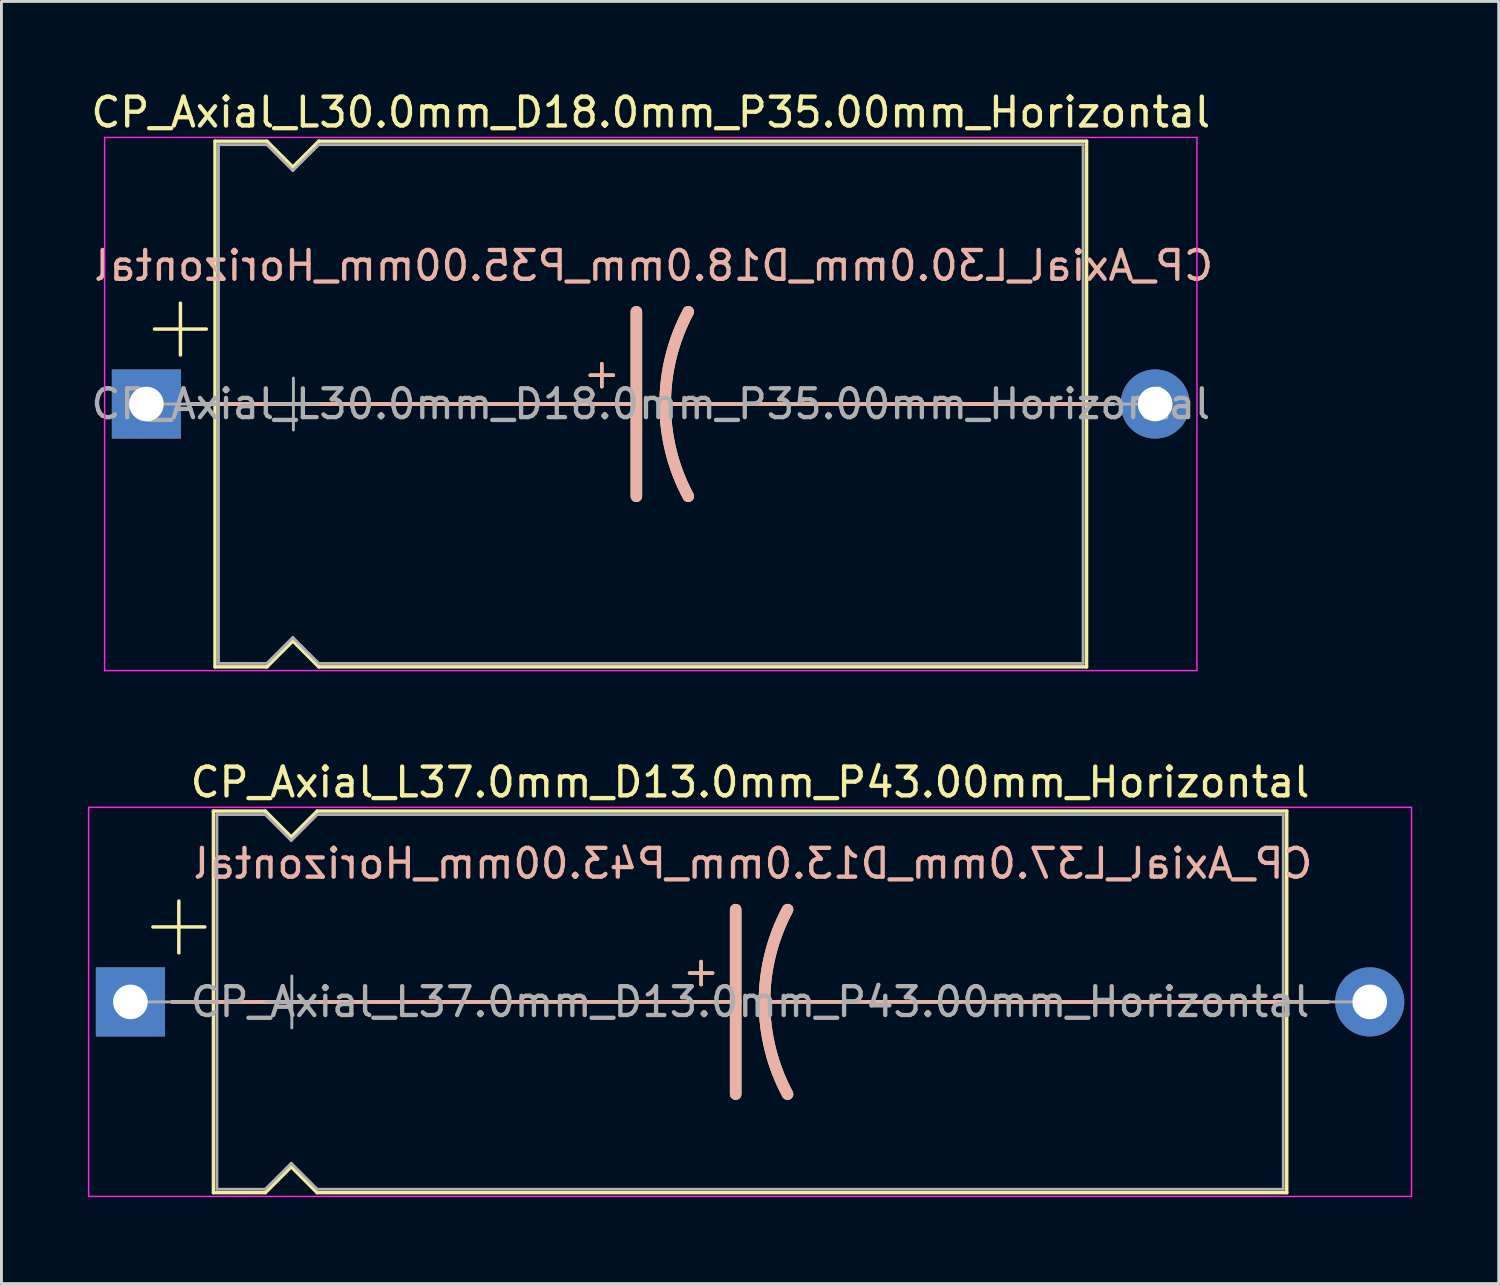
<source format=kicad_pcb>
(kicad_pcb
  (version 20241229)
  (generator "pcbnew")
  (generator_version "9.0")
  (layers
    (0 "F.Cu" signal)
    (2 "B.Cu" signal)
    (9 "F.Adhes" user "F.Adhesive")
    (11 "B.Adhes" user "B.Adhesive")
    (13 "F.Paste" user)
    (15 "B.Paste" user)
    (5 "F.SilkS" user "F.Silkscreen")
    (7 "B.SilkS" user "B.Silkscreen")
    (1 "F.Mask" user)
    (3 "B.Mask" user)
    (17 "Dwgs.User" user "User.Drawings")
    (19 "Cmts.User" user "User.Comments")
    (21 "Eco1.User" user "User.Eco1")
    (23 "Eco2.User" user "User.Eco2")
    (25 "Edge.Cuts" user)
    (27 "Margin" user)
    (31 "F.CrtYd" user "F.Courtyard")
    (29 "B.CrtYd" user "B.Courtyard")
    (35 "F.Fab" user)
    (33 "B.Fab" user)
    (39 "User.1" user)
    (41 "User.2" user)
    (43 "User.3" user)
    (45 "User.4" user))
  (footprint "CP_Axial_L37.0mm_D13.0mm_P43.00mm_Horizontal"
    (layer "F.Cu")
    (at 1.475 31.712)
    (property "Reference" "CP_Axial_L37.0mm_D13.0mm_P43.00mm_Horizontal" (at 21.5 -7.62 0) (layer "F.SilkS") (effects (font (size 1 1) (thickness 0.15))))
    (fp_line (start 0.78 -2.6) (end 2.58 -2.6) (stroke (width 0.12) (type solid)) (layer "F.SilkS"))
    (fp_line (start 1.44 0) (end 2.88 0) (stroke (width 0.12) (type solid)) (layer "F.SilkS"))
    (fp_line (start 1.68 -3.5) (end 1.68 -1.7) (stroke (width 0.12) (type solid)) (layer "F.SilkS"))
    (fp_line (start 2.88 -6.62) (end 2.88 6.62) (stroke (width 0.12) (type solid)) (layer "F.SilkS"))
    (fp_line (start 2.88 -6.62) (end 4.68 -6.62) (stroke (width 0.12) (type solid)) (layer "F.SilkS"))
    (fp_line (start 2.88 0) (end 21 0) (stroke (width 0.12) (type solid)) (layer "F.SilkS"))
    (fp_line (start 2.88 6.62) (end 4.68 6.62) (stroke (width 0.12) (type solid)) (layer "F.SilkS"))
    (fp_line (start 4.68 -6.62) (end 5.58 -5.72) (stroke (width 0.12) (type solid)) (layer "F.SilkS"))
    (fp_line (start 4.68 6.62) (end 5.58 5.72) (stroke (width 0.12) (type solid)) (layer "F.SilkS"))
    (fp_line (start 5.58 -5.72) (end 6.48 -6.62) (stroke (width 0.12) (type solid)) (layer "F.SilkS"))
    (fp_line (start 5.58 5.72) (end 6.48 6.62) (stroke (width 0.12) (type solid)) (layer "F.SilkS"))
    (fp_line (start 6.48 -6.62) (end 40.12 -6.62) (stroke (width 0.12) (type solid)) (layer "F.SilkS"))
    (fp_line (start 6.48 6.62) (end 40.12 6.62) (stroke (width 0.12) (type solid)) (layer "F.SilkS"))
    (fp_line (start 19.4 -1) (end 20.2 -1) (stroke (width 0.12) (type solid)) (layer "F.SilkS"))
    (fp_line (start 19.8 -1.4) (end 19.8 -0.6) (stroke (width 0.12) (type solid)) (layer "F.SilkS"))
    (fp_line (start 21 0) (end 21 -3.2) (stroke (width 0.4) (type solid)) (layer "F.SilkS"))
    (fp_line (start 21 0) (end 21 3.2) (stroke (width 0.4) (type solid)) (layer "F.SilkS"))
    (fp_line (start 40.12 -6.62) (end 40.12 6.62) (stroke (width 0.12) (type solid)) (layer "F.SilkS"))
    (fp_line (start 40.12 0) (end 22 0) (stroke (width 0.12) (type solid)) (layer "F.SilkS"))
    (fp_line (start 41.56 0) (end 40.12 0) (stroke (width 0.12) (type solid)) (layer "F.SilkS"))
    (fp_arc (start 22 0) (mid 22.203545 -1.649114) (end 22.8 -3.2) (stroke (width 0.4) (type solid)) (layer "F.SilkS"))
    (fp_arc (start 22.8 3.2) (mid 22.200704 1.649824) (end 22 0) (stroke (width 0.4) (type solid)) (layer "F.SilkS"))
    (fp_line (start 1.45 0) (end 12.38 0) (stroke (width 0.12) (type solid)) (layer "B.SilkS"))
    (fp_line (start 2.88 0) (end 21 0) (stroke (width 0.12) (type solid)) (layer "B.SilkS"))
    (fp_line (start 19.4 -1) (end 20.2 -1) (stroke (width 0.12) (type solid)) (layer "B.SilkS"))
    (fp_line (start 19.8 -0.6) (end 19.8 -1.4) (stroke (width 0.12) (type solid)) (layer "B.SilkS"))
    (fp_line (start 21 0) (end 21 -3.2) (stroke (width 0.4) (type solid)) (layer "B.SilkS"))
    (fp_line (start 21 0) (end 21 3.2) (stroke (width 0.4) (type solid)) (layer "B.SilkS"))
    (fp_line (start 40.12 0) (end 22 0) (stroke (width 0.12) (type solid)) (layer "B.SilkS"))
    (fp_line (start 41.55 0) (end 30.62 0) (stroke (width 0.12) (type solid)) (layer "B.SilkS"))
    (fp_arc (start 22 0) (mid 22.200703 -1.649824) (end 22.8 -3.2) (stroke (width 0.4) (type solid)) (layer "B.SilkS"))
    (fp_arc (start 22.8 3.2) (mid 22.203544 1.649114) (end 22 0) (stroke (width 0.4) (type solid)) (layer "B.SilkS"))
    (fp_line (start -1.45 -6.75) (end -1.45 6.75) (stroke (width 0.05) (type solid)) (layer "F.CrtYd"))
    (fp_line (start -1.45 6.75) (end 44.45 6.75) (stroke (width 0.05) (type solid)) (layer "F.CrtYd"))
    (fp_line (start 44.45 -6.75) (end -1.45 -6.75) (stroke (width 0.05) (type solid)) (layer "F.CrtYd"))
    (fp_line (start 44.45 6.75) (end 44.45 -6.75) (stroke (width 0.05) (type solid)) (layer "F.CrtYd"))
    (fp_line (start 0 0) (end 3 0) (stroke (width 0.1) (type solid)) (layer "F.Fab"))
    (fp_line (start 3 -6.5) (end 3 6.5) (stroke (width 0.1) (type solid)) (layer "F.Fab"))
    (fp_line (start 3 -6.5) (end 4.68 -6.5) (stroke (width 0.1) (type solid)) (layer "F.Fab"))
    (fp_line (start 3 6.5) (end 4.68 6.5) (stroke (width 0.1) (type solid)) (layer "F.Fab"))
    (fp_line (start 4.68 -6.5) (end 5.58 -5.6) (stroke (width 0.1) (type solid)) (layer "F.Fab"))
    (fp_line (start 4.68 6.5) (end 5.58 5.6) (stroke (width 0.1) (type solid)) (layer "F.Fab"))
    (fp_line (start 4.7 0) (end 6.5 0) (stroke (width 0.1) (type solid)) (layer "F.Fab"))
    (fp_line (start 5.58 -5.6) (end 6.48 -6.5) (stroke (width 0.1) (type solid)) (layer "F.Fab"))
    (fp_line (start 5.58 5.6) (end 6.48 6.5) (stroke (width 0.1) (type solid)) (layer "F.Fab"))
    (fp_line (start 5.6 -0.9) (end 5.6 0.9) (stroke (width 0.1) (type solid)) (layer "F.Fab"))
    (fp_line (start 6.48 -6.5) (end 40 -6.5) (stroke (width 0.1) (type solid)) (layer "F.Fab"))
    (fp_line (start 6.48 6.5) (end 40 6.5) (stroke (width 0.1) (type solid)) (layer "F.Fab"))
    (fp_line (start 40 -6.5) (end 40 6.5) (stroke (width 0.1) (type solid)) (layer "F.Fab"))
    (fp_line (start 43 0) (end 40 0) (stroke (width 0.1) (type solid)) (layer "F.Fab"))
    (fp_text user "${REFERENCE}" (at 21.6 -4.8 0) (layer "B.SilkS") (effects (font (size 1 1) (thickness 0.15)) (justify mirror)))
    (fp_text user "${REFERENCE}" (at 21.5 0 0) (layer "F.Fab") (effects (font (size 1 1) (thickness 0.15))))
    (pad "1" thru_hole rect (at 0 0) (size 2.4 2.4) (drill 1.2) (layers "*.Cu" "*.Mask"))
    (pad "2" thru_hole oval (at 43 0) (size 2.4 2.4) (drill 1.2) (layers "*.Cu" "*.Mask")))
  (footprint "CP_Axial_L30.0mm_D18.0mm_P35.00mm_Horizontal"
    (layer "F.Cu")
    (at 2.03 10.968)
    (property "Reference" "CP_Axial_L30.0mm_D18.0mm_P35.00mm_Horizontal" (at 17.5 -10.12 0) (layer "F.SilkS") (effects (font (size 1 1) (thickness 0.15))))
    (fp_line (start 0.28 -2.6) (end 2.08 -2.6) (stroke (width 0.12) (type solid)) (layer "F.SilkS"))
    (fp_line (start 1.18 -3.5) (end 1.18 -1.7) (stroke (width 0.12) (type solid)) (layer "F.SilkS"))
    (fp_line (start 1.44 0) (end 2.38 0) (stroke (width 0.12) (type solid)) (layer "F.SilkS"))
    (fp_line (start 2.38 -9.12) (end 2.38 9.12) (stroke (width 0.12) (type solid)) (layer "F.SilkS"))
    (fp_line (start 2.38 -9.12) (end 4.18 -9.12) (stroke (width 0.12) (type solid)) (layer "F.SilkS"))
    (fp_line (start 2.38 0) (end 17 0) (stroke (width 0.12) (type solid)) (layer "F.SilkS"))
    (fp_line (start 2.38 9.12) (end 4.18 9.12) (stroke (width 0.12) (type solid)) (layer "F.SilkS"))
    (fp_line (start 4.18 -9.12) (end 5.08 -8.22) (stroke (width 0.12) (type solid)) (layer "F.SilkS"))
    (fp_line (start 4.18 9.12) (end 5.08 8.22) (stroke (width 0.12) (type solid)) (layer "F.SilkS"))
    (fp_line (start 5.08 -8.22) (end 5.98 -9.12) (stroke (width 0.12) (type solid)) (layer "F.SilkS"))
    (fp_line (start 5.08 8.22) (end 5.98 9.12) (stroke (width 0.12) (type solid)) (layer "F.SilkS"))
    (fp_line (start 5.98 -9.12) (end 32.62 -9.12) (stroke (width 0.12) (type solid)) (layer "F.SilkS"))
    (fp_line (start 5.98 9.12) (end 32.62 9.12) (stroke (width 0.12) (type solid)) (layer "F.SilkS"))
    (fp_line (start 15.4 -1) (end 16.2 -1) (stroke (width 0.12) (type solid)) (layer "F.SilkS"))
    (fp_line (start 15.8 -1.4) (end 15.8 -0.6) (stroke (width 0.12) (type solid)) (layer "F.SilkS"))
    (fp_line (start 17 0) (end 17 -3.2) (stroke (width 0.4) (type solid)) (layer "F.SilkS"))
    (fp_line (start 17 0) (end 17 3.2) (stroke (width 0.4) (type solid)) (layer "F.SilkS"))
    (fp_line (start 32.62 -9.12) (end 32.62 9.12) (stroke (width 0.12) (type solid)) (layer "F.SilkS"))
    (fp_line (start 32.62 0) (end 18 0) (stroke (width 0.12) (type solid)) (layer "F.SilkS"))
    (fp_line (start 33.56 0) (end 32.62 0) (stroke (width 0.12) (type solid)) (layer "F.SilkS"))
    (fp_arc (start 18 0) (mid 18.203545 -1.649114) (end 18.8 -3.2) (stroke (width 0.4) (type solid)) (layer "F.SilkS"))
    (fp_arc (start 18.8 3.2) (mid 18.200704 1.649824) (end 18 0) (stroke (width 0.4) (type solid)) (layer "F.SilkS"))
    (fp_line (start 1.45 0) (end 8.38 0) (stroke (width 0.12) (type solid)) (layer "B.SilkS"))
    (fp_line (start 2.38 0) (end 17 0) (stroke (width 0.12) (type solid)) (layer "B.SilkS"))
    (fp_line (start 15.4 -1) (end 16.2 -1) (stroke (width 0.12) (type solid)) (layer "B.SilkS"))
    (fp_line (start 15.8 -0.6) (end 15.8 -1.4) (stroke (width 0.12) (type solid)) (layer "B.SilkS"))
    (fp_line (start 17 0) (end 17 -3.2) (stroke (width 0.4) (type solid)) (layer "B.SilkS"))
    (fp_line (start 17 0) (end 17 3.2) (stroke (width 0.4) (type solid)) (layer "B.SilkS"))
    (fp_line (start 32.62 0) (end 18 0) (stroke (width 0.12) (type solid)) (layer "B.SilkS"))
    (fp_line (start 33.55 0) (end 26.62 0) (stroke (width 0.12) (type solid)) (layer "B.SilkS"))
    (fp_arc (start 18 0) (mid 18.200703 -1.649824) (end 18.8 -3.2) (stroke (width 0.4) (type solid)) (layer "B.SilkS"))
    (fp_arc (start 18.8 3.2) (mid 18.203544 1.649114) (end 18 0) (stroke (width 0.4) (type solid)) (layer "B.SilkS"))
    (fp_line (start -1.45 -9.25) (end -1.45 9.25) (stroke (width 0.05) (type solid)) (layer "F.CrtYd"))
    (fp_line (start -1.45 9.25) (end 36.45 9.25) (stroke (width 0.05) (type solid)) (layer "F.CrtYd"))
    (fp_line (start 36.45 -9.25) (end -1.45 -9.25) (stroke (width 0.05) (type solid)) (layer "F.CrtYd"))
    (fp_line (start 36.45 9.25) (end 36.45 -9.25) (stroke (width 0.05) (type solid)) (layer "F.CrtYd"))
    (fp_line (start 0 0) (end 2.5 0) (stroke (width 0.1) (type solid)) (layer "F.Fab"))
    (fp_line (start 2.5 -9) (end 2.5 9) (stroke (width 0.1) (type solid)) (layer "F.Fab"))
    (fp_line (start 2.5 -9) (end 4.18 -9) (stroke (width 0.1) (type solid)) (layer "F.Fab"))
    (fp_line (start 2.5 9) (end 4.18 9) (stroke (width 0.1) (type solid)) (layer "F.Fab"))
    (fp_line (start 4.18 -9) (end 5.08 -8.1) (stroke (width 0.1) (type solid)) (layer "F.Fab"))
    (fp_line (start 4.18 9) (end 5.08 8.1) (stroke (width 0.1) (type solid)) (layer "F.Fab"))
    (fp_line (start 4.2 0) (end 6 0) (stroke (width 0.1) (type solid)) (layer "F.Fab"))
    (fp_line (start 5.08 -8.1) (end 5.98 -9) (stroke (width 0.1) (type solid)) (layer "F.Fab"))
    (fp_line (start 5.08 8.1) (end 5.98 9) (stroke (width 0.1) (type solid)) (layer "F.Fab"))
    (fp_line (start 5.1 -0.9) (end 5.1 0.9) (stroke (width 0.1) (type solid)) (layer "F.Fab"))
    (fp_line (start 5.98 -9) (end 32.5 -9) (stroke (width 0.1) (type solid)) (layer "F.Fab"))
    (fp_line (start 5.98 9) (end 32.5 9) (stroke (width 0.1) (type solid)) (layer "F.Fab"))
    (fp_line (start 32.5 -9) (end 32.5 9) (stroke (width 0.1) (type solid)) (layer "F.Fab"))
    (fp_line (start 35 0) (end 32.5 0) (stroke (width 0.1) (type solid)) (layer "F.Fab"))
    (fp_text user "${REFERENCE}" (at 17.6 -4.8 0) (layer "B.SilkS") (effects (font (size 1 1) (thickness 0.15)) (justify mirror)))
    (fp_text user "${REFERENCE}" (at 17.5 0 0) (layer "F.Fab") (effects (font (size 1 1) (thickness 0.15))))
    (pad "1" thru_hole rect (at 0 0) (size 2.4 2.4) (drill 1.2) (layers "*.Cu" "*.Mask"))
    (pad "2" thru_hole oval (at 35 0) (size 2.4 2.4) (drill 1.2) (layers "*.Cu" "*.Mask")))
  (gr_rect
    (start -3 -3)
    (end 48.95 41.486)
    (stroke (width 0.1) (type default))
    (fill no)
    (layer "Edge.Cuts")))
</source>
